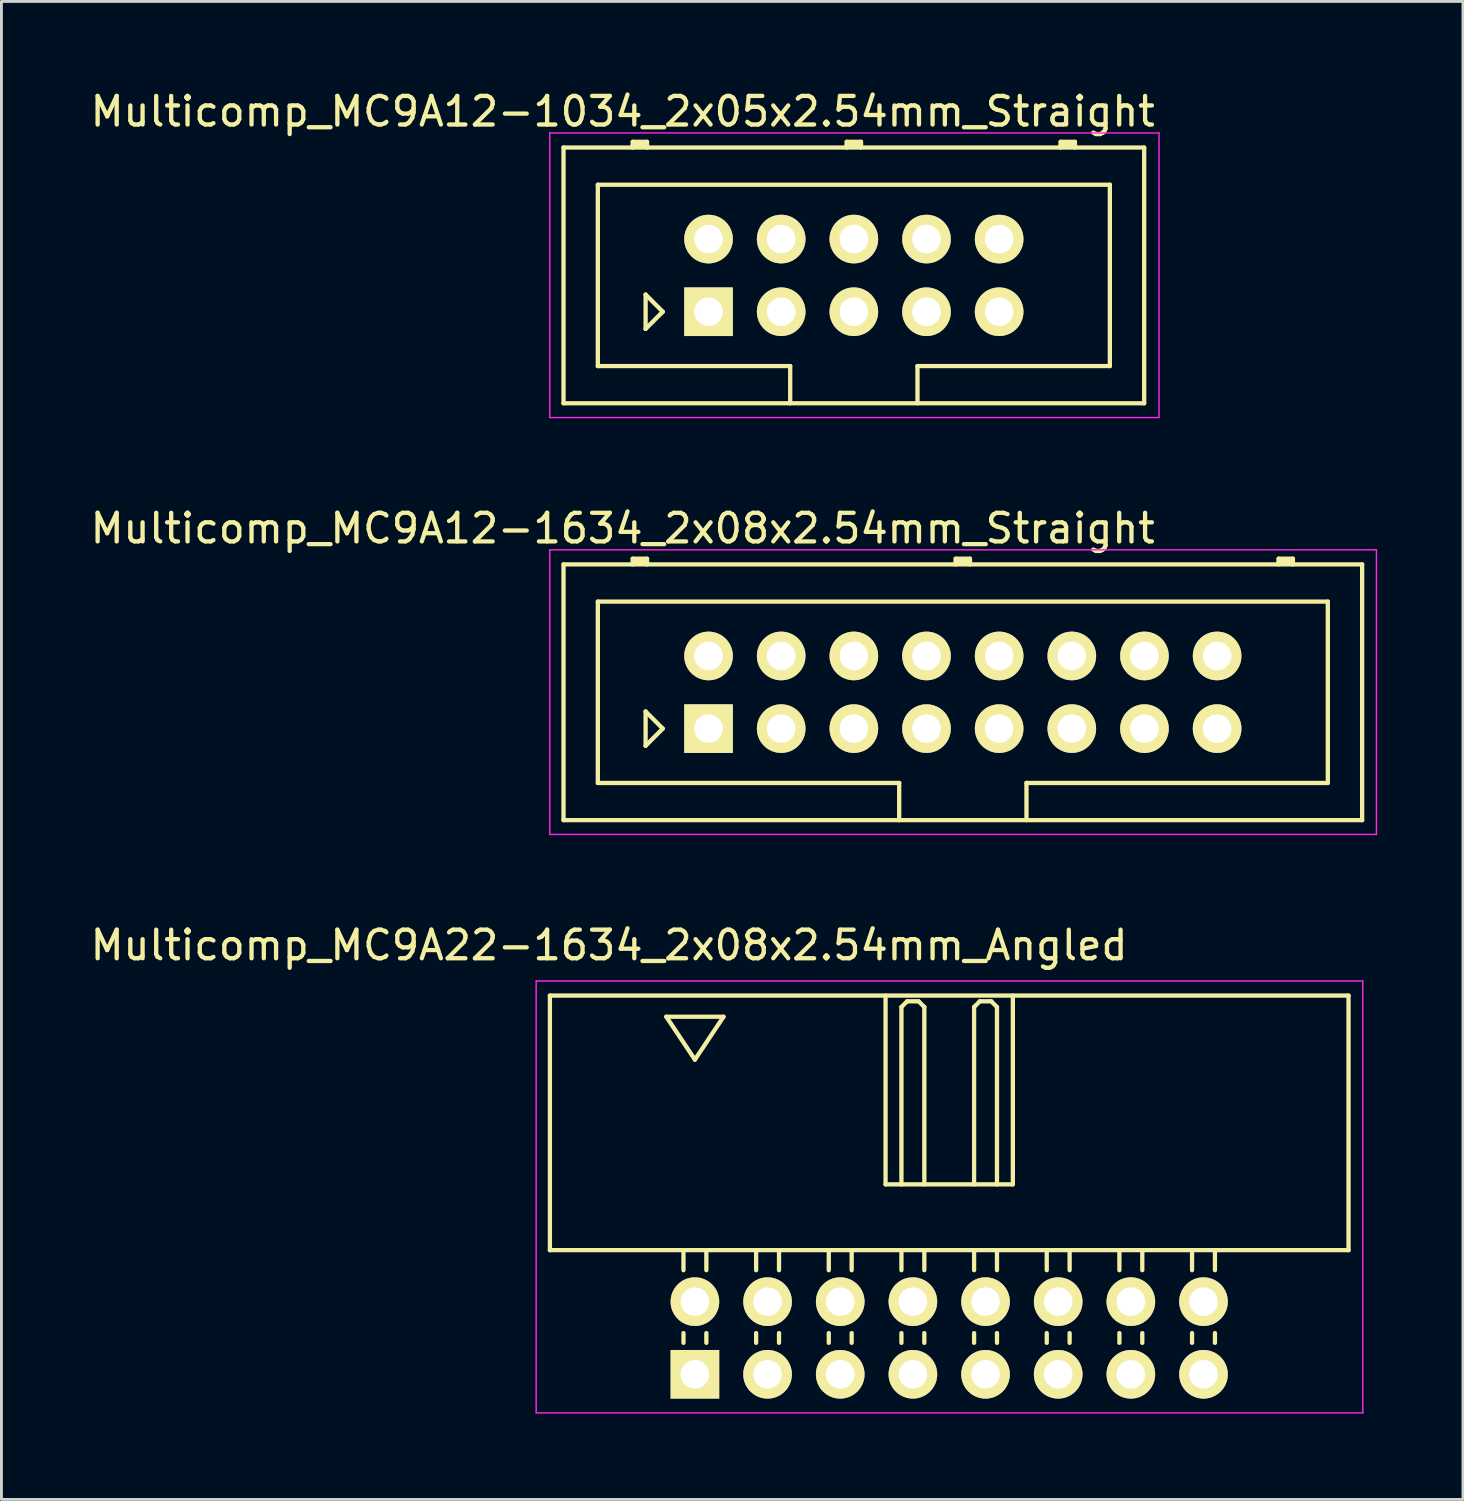
<source format=kicad_pcb>
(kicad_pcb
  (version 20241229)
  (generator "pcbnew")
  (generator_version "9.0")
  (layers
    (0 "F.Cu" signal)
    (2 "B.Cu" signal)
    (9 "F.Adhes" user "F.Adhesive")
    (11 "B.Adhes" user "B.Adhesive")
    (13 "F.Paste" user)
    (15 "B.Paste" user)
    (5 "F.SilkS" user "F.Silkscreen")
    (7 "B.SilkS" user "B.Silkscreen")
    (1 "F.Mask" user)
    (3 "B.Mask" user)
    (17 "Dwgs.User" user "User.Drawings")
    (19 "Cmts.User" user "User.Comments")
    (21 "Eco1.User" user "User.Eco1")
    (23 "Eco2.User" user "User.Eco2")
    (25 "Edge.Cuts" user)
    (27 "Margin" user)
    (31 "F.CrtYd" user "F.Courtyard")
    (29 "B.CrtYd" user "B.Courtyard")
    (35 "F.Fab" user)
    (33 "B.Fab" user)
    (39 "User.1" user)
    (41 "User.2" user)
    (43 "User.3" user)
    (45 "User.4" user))
  (footprint "Multicomp_MC9A22-1634_2x08x2.54mm_Angled"
    (layer "F.Cu")
    (at 21.244 44.995)
    (property "Reference" "Multicomp_MC9A22-1634_2x08x2.54mm_Angled" (at -3 -15 0) (layer "F.SilkS") (effects (font (size 1 1) (thickness 0.15))))
    (attr through_hole)
    (fp_line (start -5.07 -13.24) (end 22.85 -13.24) (stroke (width 0.15) (type solid)) (layer "F.SilkS"))
    (fp_line (start -5.07 -4.34) (end -5.07 -13.24) (stroke (width 0.15) (type solid)) (layer "F.SilkS"))
    (fp_line (start -1 -12.5) (end 1 -12.5) (stroke (width 0.15) (type solid)) (layer "F.SilkS"))
    (fp_line (start -0.4 -3.64) (end -0.4 -4.34) (stroke (width 0.15) (type solid)) (layer "F.SilkS"))
    (fp_line (start -0.4 -1.1) (end -0.4 -1.44) (stroke (width 0.15) (type solid)) (layer "F.SilkS"))
    (fp_line (start 0 -11) (end -1 -12.5) (stroke (width 0.15) (type solid)) (layer "F.SilkS"))
    (fp_line (start 0.4 -3.64) (end 0.4 -4.34) (stroke (width 0.15) (type solid)) (layer "F.SilkS"))
    (fp_line (start 0.4 -1.1) (end 0.4 -1.44) (stroke (width 0.15) (type solid)) (layer "F.SilkS"))
    (fp_line (start 1 -12.5) (end 0 -11) (stroke (width 0.15) (type solid)) (layer "F.SilkS"))
    (fp_line (start 2.14 -3.64) (end 2.14 -4.34) (stroke (width 0.15) (type solid)) (layer "F.SilkS"))
    (fp_line (start 2.14 -1.1) (end 2.14 -1.44) (stroke (width 0.15) (type solid)) (layer "F.SilkS"))
    (fp_line (start 2.94 -3.64) (end 2.94 -4.34) (stroke (width 0.15) (type solid)) (layer "F.SilkS"))
    (fp_line (start 2.94 -1.1) (end 2.94 -1.44) (stroke (width 0.15) (type solid)) (layer "F.SilkS"))
    (fp_line (start 4.68 -3.64) (end 4.68 -4.34) (stroke (width 0.15) (type solid)) (layer "F.SilkS"))
    (fp_line (start 4.68 -1.1) (end 4.68 -1.44) (stroke (width 0.15) (type solid)) (layer "F.SilkS"))
    (fp_line (start 5.48 -3.64) (end 5.48 -4.34) (stroke (width 0.15) (type solid)) (layer "F.SilkS"))
    (fp_line (start 5.48 -1.1) (end 5.48 -1.44) (stroke (width 0.15) (type solid)) (layer "F.SilkS"))
    (fp_line (start 6.665 -13.24) (end 6.665 -6.64) (stroke (width 0.15) (type solid)) (layer "F.SilkS"))
    (fp_line (start 6.665 -6.64) (end 11.115 -6.64) (stroke (width 0.15) (type solid)) (layer "F.SilkS"))
    (fp_line (start 7.22 -12.84) (end 7.42 -13.04) (stroke (width 0.15) (type solid)) (layer "F.SilkS"))
    (fp_line (start 7.22 -6.64) (end 7.22 -12.84) (stroke (width 0.15) (type solid)) (layer "F.SilkS"))
    (fp_line (start 7.22 -3.64) (end 7.22 -4.34) (stroke (width 0.15) (type solid)) (layer "F.SilkS"))
    (fp_line (start 7.22 -1.1) (end 7.22 -1.44) (stroke (width 0.15) (type solid)) (layer "F.SilkS"))
    (fp_line (start 7.42 -13.04) (end 7.82 -13.04) (stroke (width 0.15) (type solid)) (layer "F.SilkS"))
    (fp_line (start 7.82 -13.04) (end 8.02 -12.84) (stroke (width 0.15) (type solid)) (layer "F.SilkS"))
    (fp_line (start 8.02 -12.84) (end 8.02 -6.64) (stroke (width 0.15) (type solid)) (layer "F.SilkS"))
    (fp_line (start 8.02 -3.64) (end 8.02 -4.34) (stroke (width 0.15) (type solid)) (layer "F.SilkS"))
    (fp_line (start 8.02 -1.1) (end 8.02 -1.44) (stroke (width 0.15) (type solid)) (layer "F.SilkS"))
    (fp_line (start 9.76 -12.84) (end 9.96 -13.04) (stroke (width 0.15) (type solid)) (layer "F.SilkS"))
    (fp_line (start 9.76 -6.64) (end 9.76 -12.84) (stroke (width 0.15) (type solid)) (layer "F.SilkS"))
    (fp_line (start 9.76 -3.64) (end 9.76 -4.34) (stroke (width 0.15) (type solid)) (layer "F.SilkS"))
    (fp_line (start 9.76 -1.1) (end 9.76 -1.44) (stroke (width 0.15) (type solid)) (layer "F.SilkS"))
    (fp_line (start 9.96 -13.04) (end 10.36 -13.04) (stroke (width 0.15) (type solid)) (layer "F.SilkS"))
    (fp_line (start 10.36 -13.04) (end 10.56 -12.84) (stroke (width 0.15) (type solid)) (layer "F.SilkS"))
    (fp_line (start 10.56 -12.84) (end 10.56 -6.64) (stroke (width 0.15) (type solid)) (layer "F.SilkS"))
    (fp_line (start 10.56 -3.64) (end 10.56 -4.34) (stroke (width 0.15) (type solid)) (layer "F.SilkS"))
    (fp_line (start 10.56 -1.1) (end 10.56 -1.44) (stroke (width 0.15) (type solid)) (layer "F.SilkS"))
    (fp_line (start 11.115 -6.64) (end 11.115 -13.24) (stroke (width 0.15) (type solid)) (layer "F.SilkS"))
    (fp_line (start 12.3 -3.64) (end 12.3 -4.34) (stroke (width 0.15) (type solid)) (layer "F.SilkS"))
    (fp_line (start 12.3 -1.1) (end 12.3 -1.44) (stroke (width 0.15) (type solid)) (layer "F.SilkS"))
    (fp_line (start 13.1 -3.64) (end 13.1 -4.34) (stroke (width 0.15) (type solid)) (layer "F.SilkS"))
    (fp_line (start 13.1 -1.1) (end 13.1 -1.44) (stroke (width 0.15) (type solid)) (layer "F.SilkS"))
    (fp_line (start 14.84 -3.64) (end 14.84 -4.34) (stroke (width 0.15) (type solid)) (layer "F.SilkS"))
    (fp_line (start 14.84 -1.1) (end 14.84 -1.44) (stroke (width 0.15) (type solid)) (layer "F.SilkS"))
    (fp_line (start 15.64 -3.64) (end 15.64 -4.34) (stroke (width 0.15) (type solid)) (layer "F.SilkS"))
    (fp_line (start 15.64 -1.1) (end 15.64 -1.44) (stroke (width 0.15) (type solid)) (layer "F.SilkS"))
    (fp_line (start 17.38 -3.64) (end 17.38 -4.34) (stroke (width 0.15) (type solid)) (layer "F.SilkS"))
    (fp_line (start 17.38 -1.1) (end 17.38 -1.44) (stroke (width 0.15) (type solid)) (layer "F.SilkS"))
    (fp_line (start 18.18 -3.64) (end 18.18 -4.34) (stroke (width 0.15) (type solid)) (layer "F.SilkS"))
    (fp_line (start 18.18 -1.1) (end 18.18 -1.44) (stroke (width 0.15) (type solid)) (layer "F.SilkS"))
    (fp_line (start 22.85 -13.24) (end 22.85 -4.34) (stroke (width 0.15) (type solid)) (layer "F.SilkS"))
    (fp_line (start 22.85 -4.34) (end -5.07 -4.34) (stroke (width 0.15) (type solid)) (layer "F.SilkS"))
    (fp_line (start -5.55 -13.75) (end 23.35 -13.75) (stroke (width 0.05) (type solid)) (layer "F.CrtYd"))
    (fp_line (start -5.55 1.35) (end -5.55 -13.75) (stroke (width 0.05) (type solid)) (layer "F.CrtYd"))
    (fp_line (start 23.35 -13.75) (end 23.35 1.35) (stroke (width 0.05) (type solid)) (layer "F.CrtYd"))
    (fp_line (start 23.35 1.35) (end -5.55 1.35) (stroke (width 0.05) (type solid)) (layer "F.CrtYd"))
    (pad "1" thru_hole rect (at 0 0) (size 1.7 1.7) (drill 1) (layers "*.Cu" "*.Mask" "F.SilkS"))
    (pad "2" thru_hole circle (at 0 -2.54) (size 1.7 1.7) (drill 1) (layers "*.Cu" "*.Mask" "F.SilkS"))
    (pad "3" thru_hole circle (at 2.54 0) (size 1.7 1.7) (drill 1) (layers "*.Cu" "*.Mask" "F.SilkS"))
    (pad "4" thru_hole circle (at 2.54 -2.54) (size 1.7 1.7) (drill 1) (layers "*.Cu" "*.Mask" "F.SilkS"))
    (pad "5" thru_hole circle (at 5.08 0) (size 1.7 1.7) (drill 1) (layers "*.Cu" "*.Mask" "F.SilkS"))
    (pad "6" thru_hole circle (at 5.08 -2.54) (size 1.7 1.7) (drill 1) (layers "*.Cu" "*.Mask" "F.SilkS"))
    (pad "7" thru_hole circle (at 7.62 0) (size 1.7 1.7) (drill 1) (layers "*.Cu" "*.Mask" "F.SilkS"))
    (pad "8" thru_hole circle (at 7.62 -2.54) (size 1.7 1.7) (drill 1) (layers "*.Cu" "*.Mask" "F.SilkS"))
    (pad "9" thru_hole circle (at 10.16 0) (size 1.7 1.7) (drill 1) (layers "*.Cu" "*.Mask" "F.SilkS"))
    (pad "10" thru_hole circle (at 10.16 -2.54) (size 1.7 1.7) (drill 1) (layers "*.Cu" "*.Mask" "F.SilkS"))
    (pad "11" thru_hole circle (at 12.7 0) (size 1.7 1.7) (drill 1) (layers "*.Cu" "*.Mask" "F.SilkS"))
    (pad "12" thru_hole circle (at 12.7 -2.54) (size 1.7 1.7) (drill 1) (layers "*.Cu" "*.Mask" "F.SilkS"))
    (pad "13" thru_hole circle (at 15.24 0) (size 1.7 1.7) (drill 1) (layers "*.Cu" "*.Mask" "F.SilkS"))
    (pad "14" thru_hole circle (at 15.24 -2.54) (size 1.7 1.7) (drill 1) (layers "*.Cu" "*.Mask" "F.SilkS"))
    (pad "15" thru_hole circle (at 17.78 0) (size 1.7 1.7) (drill 1) (layers "*.Cu" "*.Mask" "F.SilkS"))
    (pad "16" thru_hole circle (at 17.78 -2.54) (size 1.7 1.7) (drill 1) (layers "*.Cu" "*.Mask" "F.SilkS")))
  (footprint "Multicomp_MC9A12-1034_2x05x2.54mm_Straight"
    (layer "F.Cu")
    (at 21.72 7.848)
    (property "Reference" "Multicomp_MC9A12-1034_2x05x2.54mm_Straight" (at -3 -7 0) (layer "F.SilkS") (effects (font (size 1 1) (thickness 0.15))))
    (attr through_hole)
    (fp_line (start -5.07 -5.74) (end 15.23 -5.74) (stroke (width 0.15) (type solid)) (layer "F.SilkS"))
    (fp_line (start -5.07 3.2) (end -5.07 -5.74) (stroke (width 0.15) (type solid)) (layer "F.SilkS"))
    (fp_line (start -3.87 -4.44) (end 14.03 -4.44) (stroke (width 0.15) (type solid)) (layer "F.SilkS"))
    (fp_line (start -3.87 1.9) (end -3.87 -4.44) (stroke (width 0.15) (type solid)) (layer "F.SilkS"))
    (fp_line (start -2.65 -5.94) (end -2.15 -5.94) (stroke (width 0.15) (type solid)) (layer "F.SilkS"))
    (fp_line (start -2.65 -5.84) (end -2.15 -5.84) (stroke (width 0.15) (type solid)) (layer "F.SilkS"))
    (fp_line (start -2.65 -5.74) (end -2.65 -5.94) (stroke (width 0.15) (type solid)) (layer "F.SilkS"))
    (fp_line (start -2.2 -0.6) (end -1.6 0) (stroke (width 0.15) (type solid)) (layer "F.SilkS"))
    (fp_line (start -2.2 0.6) (end -2.2 -0.6) (stroke (width 0.15) (type solid)) (layer "F.SilkS"))
    (fp_line (start -2.15 -5.94) (end -2.15 -5.74) (stroke (width 0.15) (type solid)) (layer "F.SilkS"))
    (fp_line (start -1.6 0) (end -2.2 0.6) (stroke (width 0.15) (type solid)) (layer "F.SilkS"))
    (fp_line (start 2.855 1.9) (end -3.87 1.9) (stroke (width 0.15) (type solid)) (layer "F.SilkS"))
    (fp_line (start 2.855 3.2) (end 2.855 1.9) (stroke (width 0.15) (type solid)) (layer "F.SilkS"))
    (fp_line (start 4.83 -5.94) (end 5.33 -5.94) (stroke (width 0.15) (type solid)) (layer "F.SilkS"))
    (fp_line (start 4.83 -5.84) (end 5.33 -5.84) (stroke (width 0.15) (type solid)) (layer "F.SilkS"))
    (fp_line (start 4.83 -5.74) (end 4.83 -5.94) (stroke (width 0.15) (type solid)) (layer "F.SilkS"))
    (fp_line (start 5.33 -5.94) (end 5.33 -5.74) (stroke (width 0.15) (type solid)) (layer "F.SilkS"))
    (fp_line (start 7.305 1.9) (end 7.305 3.2) (stroke (width 0.15) (type solid)) (layer "F.SilkS"))
    (fp_line (start 12.31 -5.94) (end 12.81 -5.94) (stroke (width 0.15) (type solid)) (layer "F.SilkS"))
    (fp_line (start 12.31 -5.84) (end 12.81 -5.84) (stroke (width 0.15) (type solid)) (layer "F.SilkS"))
    (fp_line (start 12.31 -5.74) (end 12.31 -5.94) (stroke (width 0.15) (type solid)) (layer "F.SilkS"))
    (fp_line (start 12.81 -5.94) (end 12.81 -5.74) (stroke (width 0.15) (type solid)) (layer "F.SilkS"))
    (fp_line (start 14.03 -4.44) (end 14.03 1.9) (stroke (width 0.15) (type solid)) (layer "F.SilkS"))
    (fp_line (start 14.03 1.9) (end 7.305 1.9) (stroke (width 0.15) (type solid)) (layer "F.SilkS"))
    (fp_line (start 15.23 -5.74) (end 15.23 3.2) (stroke (width 0.15) (type solid)) (layer "F.SilkS"))
    (fp_line (start 15.23 3.2) (end -5.07 3.2) (stroke (width 0.15) (type solid)) (layer "F.SilkS"))
    (fp_line (start -5.55 -6.25) (end 15.75 -6.25) (stroke (width 0.05) (type solid)) (layer "F.CrtYd"))
    (fp_line (start -5.55 3.7) (end -5.55 -6.25) (stroke (width 0.05) (type solid)) (layer "F.CrtYd"))
    (fp_line (start 15.75 -6.25) (end 15.75 3.7) (stroke (width 0.05) (type solid)) (layer "F.CrtYd"))
    (fp_line (start 15.75 3.7) (end -5.55 3.7) (stroke (width 0.05) (type solid)) (layer "F.CrtYd"))
    (pad "1" thru_hole rect (at 0 0) (size 1.7 1.7) (drill 1) (layers "*.Cu" "*.Mask" "F.SilkS"))
    (pad "2" thru_hole circle (at 0 -2.54) (size 1.7 1.7) (drill 1) (layers "*.Cu" "*.Mask" "F.SilkS"))
    (pad "3" thru_hole circle (at 2.54 0) (size 1.7 1.7) (drill 1) (layers "*.Cu" "*.Mask" "F.SilkS"))
    (pad "4" thru_hole circle (at 2.54 -2.54) (size 1.7 1.7) (drill 1) (layers "*.Cu" "*.Mask" "F.SilkS"))
    (pad "5" thru_hole circle (at 5.08 0) (size 1.7 1.7) (drill 1) (layers "*.Cu" "*.Mask" "F.SilkS"))
    (pad "6" thru_hole circle (at 5.08 -2.54) (size 1.7 1.7) (drill 1) (layers "*.Cu" "*.Mask" "F.SilkS"))
    (pad "7" thru_hole circle (at 7.62 0) (size 1.7 1.7) (drill 1) (layers "*.Cu" "*.Mask" "F.SilkS"))
    (pad "8" thru_hole circle (at 7.62 -2.54) (size 1.7 1.7) (drill 1) (layers "*.Cu" "*.Mask" "F.SilkS"))
    (pad "9" thru_hole circle (at 10.16 0) (size 1.7 1.7) (drill 1) (layers "*.Cu" "*.Mask" "F.SilkS"))
    (pad "10" thru_hole circle (at 10.16 -2.54) (size 1.7 1.7) (drill 1) (layers "*.Cu" "*.Mask" "F.SilkS")))
  (footprint "Multicomp_MC9A12-1634_2x08x2.54mm_Straight"
    (layer "F.Cu")
    (at 21.72 22.422)
    (property "Reference" "Multicomp_MC9A12-1634_2x08x2.54mm_Straight" (at -3 -7 0) (layer "F.SilkS") (effects (font (size 1 1) (thickness 0.15))))
    (attr through_hole)
    (fp_line (start -5.07 -5.74) (end 22.85 -5.74) (stroke (width 0.15) (type solid)) (layer "F.SilkS"))
    (fp_line (start -5.07 3.2) (end -5.07 -5.74) (stroke (width 0.15) (type solid)) (layer "F.SilkS"))
    (fp_line (start -3.87 -4.44) (end 21.65 -4.44) (stroke (width 0.15) (type solid)) (layer "F.SilkS"))
    (fp_line (start -3.87 1.9) (end -3.87 -4.44) (stroke (width 0.15) (type solid)) (layer "F.SilkS"))
    (fp_line (start -2.65 -5.94) (end -2.15 -5.94) (stroke (width 0.15) (type solid)) (layer "F.SilkS"))
    (fp_line (start -2.65 -5.84) (end -2.15 -5.84) (stroke (width 0.15) (type solid)) (layer "F.SilkS"))
    (fp_line (start -2.65 -5.74) (end -2.65 -5.94) (stroke (width 0.15) (type solid)) (layer "F.SilkS"))
    (fp_line (start -2.2 -0.6) (end -1.6 0) (stroke (width 0.15) (type solid)) (layer "F.SilkS"))
    (fp_line (start -2.2 0.6) (end -2.2 -0.6) (stroke (width 0.15) (type solid)) (layer "F.SilkS"))
    (fp_line (start -2.15 -5.94) (end -2.15 -5.74) (stroke (width 0.15) (type solid)) (layer "F.SilkS"))
    (fp_line (start -1.6 0) (end -2.2 0.6) (stroke (width 0.15) (type solid)) (layer "F.SilkS"))
    (fp_line (start 6.665 1.9) (end -3.87 1.9) (stroke (width 0.15) (type solid)) (layer "F.SilkS"))
    (fp_line (start 6.665 3.2) (end 6.665 1.9) (stroke (width 0.15) (type solid)) (layer "F.SilkS"))
    (fp_line (start 8.64 -5.94) (end 9.14 -5.94) (stroke (width 0.15) (type solid)) (layer "F.SilkS"))
    (fp_line (start 8.64 -5.84) (end 9.14 -5.84) (stroke (width 0.15) (type solid)) (layer "F.SilkS"))
    (fp_line (start 8.64 -5.74) (end 8.64 -5.94) (stroke (width 0.15) (type solid)) (layer "F.SilkS"))
    (fp_line (start 9.14 -5.94) (end 9.14 -5.74) (stroke (width 0.15) (type solid)) (layer "F.SilkS"))
    (fp_line (start 11.115 1.9) (end 11.115 3.2) (stroke (width 0.15) (type solid)) (layer "F.SilkS"))
    (fp_line (start 19.93 -5.94) (end 20.43 -5.94) (stroke (width 0.15) (type solid)) (layer "F.SilkS"))
    (fp_line (start 19.93 -5.84) (end 20.43 -5.84) (stroke (width 0.15) (type solid)) (layer "F.SilkS"))
    (fp_line (start 19.93 -5.74) (end 19.93 -5.94) (stroke (width 0.15) (type solid)) (layer "F.SilkS"))
    (fp_line (start 20.43 -5.94) (end 20.43 -5.74) (stroke (width 0.15) (type solid)) (layer "F.SilkS"))
    (fp_line (start 21.65 -4.44) (end 21.65 1.9) (stroke (width 0.15) (type solid)) (layer "F.SilkS"))
    (fp_line (start 21.65 1.9) (end 11.115 1.9) (stroke (width 0.15) (type solid)) (layer "F.SilkS"))
    (fp_line (start 22.85 -5.74) (end 22.85 3.2) (stroke (width 0.15) (type solid)) (layer "F.SilkS"))
    (fp_line (start 22.85 3.2) (end -5.07 3.2) (stroke (width 0.15) (type solid)) (layer "F.SilkS"))
    (fp_line (start -5.55 -6.25) (end 23.35 -6.25) (stroke (width 0.05) (type solid)) (layer "F.CrtYd"))
    (fp_line (start -5.55 3.7) (end -5.55 -6.25) (stroke (width 0.05) (type solid)) (layer "F.CrtYd"))
    (fp_line (start 23.35 -6.25) (end 23.35 3.7) (stroke (width 0.05) (type solid)) (layer "F.CrtYd"))
    (fp_line (start 23.35 3.7) (end -5.55 3.7) (stroke (width 0.05) (type solid)) (layer "F.CrtYd"))
    (pad "1" thru_hole rect (at 0 0) (size 1.7 1.7) (drill 1) (layers "*.Cu" "*.Mask" "F.SilkS"))
    (pad "2" thru_hole circle (at 0 -2.54) (size 1.7 1.7) (drill 1) (layers "*.Cu" "*.Mask" "F.SilkS"))
    (pad "3" thru_hole circle (at 2.54 0) (size 1.7 1.7) (drill 1) (layers "*.Cu" "*.Mask" "F.SilkS"))
    (pad "4" thru_hole circle (at 2.54 -2.54) (size 1.7 1.7) (drill 1) (layers "*.Cu" "*.Mask" "F.SilkS"))
    (pad "5" thru_hole circle (at 5.08 0) (size 1.7 1.7) (drill 1) (layers "*.Cu" "*.Mask" "F.SilkS"))
    (pad "6" thru_hole circle (at 5.08 -2.54) (size 1.7 1.7) (drill 1) (layers "*.Cu" "*.Mask" "F.SilkS"))
    (pad "7" thru_hole circle (at 7.62 0) (size 1.7 1.7) (drill 1) (layers "*.Cu" "*.Mask" "F.SilkS"))
    (pad "8" thru_hole circle (at 7.62 -2.54) (size 1.7 1.7) (drill 1) (layers "*.Cu" "*.Mask" "F.SilkS"))
    (pad "9" thru_hole circle (at 10.16 0) (size 1.7 1.7) (drill 1) (layers "*.Cu" "*.Mask" "F.SilkS"))
    (pad "10" thru_hole circle (at 10.16 -2.54) (size 1.7 1.7) (drill 1) (layers "*.Cu" "*.Mask" "F.SilkS"))
    (pad "11" thru_hole circle (at 12.7 0) (size 1.7 1.7) (drill 1) (layers "*.Cu" "*.Mask" "F.SilkS"))
    (pad "12" thru_hole circle (at 12.7 -2.54) (size 1.7 1.7) (drill 1) (layers "*.Cu" "*.Mask" "F.SilkS"))
    (pad "13" thru_hole circle (at 15.24 0) (size 1.7 1.7) (drill 1) (layers "*.Cu" "*.Mask" "F.SilkS"))
    (pad "14" thru_hole circle (at 15.24 -2.54) (size 1.7 1.7) (drill 1) (layers "*.Cu" "*.Mask" "F.SilkS"))
    (pad "15" thru_hole circle (at 17.78 0) (size 1.7 1.7) (drill 1) (layers "*.Cu" "*.Mask" "F.SilkS"))
    (pad "16" thru_hole circle (at 17.78 -2.54) (size 1.7 1.7) (drill 1) (layers "*.Cu" "*.Mask" "F.SilkS")))
  (gr_rect
    (start -3 -3)
    (end 48.095 49.37)
    (stroke (width 0.1) (type default))
    (fill no)
    (layer "Edge.Cuts")))
</source>
